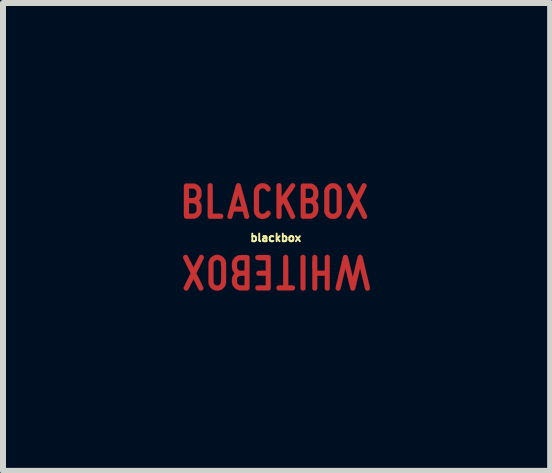
<source format=kicad_pcb>
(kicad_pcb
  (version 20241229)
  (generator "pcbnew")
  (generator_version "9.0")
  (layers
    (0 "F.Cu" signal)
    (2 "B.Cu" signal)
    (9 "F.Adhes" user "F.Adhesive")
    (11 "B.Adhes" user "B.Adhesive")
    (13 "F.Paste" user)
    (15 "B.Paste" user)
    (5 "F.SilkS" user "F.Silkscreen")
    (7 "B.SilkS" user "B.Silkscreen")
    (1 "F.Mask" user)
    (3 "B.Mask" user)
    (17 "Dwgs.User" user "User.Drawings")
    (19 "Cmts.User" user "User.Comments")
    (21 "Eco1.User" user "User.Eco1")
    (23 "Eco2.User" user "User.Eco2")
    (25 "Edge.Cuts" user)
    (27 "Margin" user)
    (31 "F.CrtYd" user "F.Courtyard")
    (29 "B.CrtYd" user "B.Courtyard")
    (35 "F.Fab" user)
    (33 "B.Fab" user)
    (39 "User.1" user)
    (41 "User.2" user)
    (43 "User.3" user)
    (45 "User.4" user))
  (footprint "blackbox"
    (layer "F.Cu")
    (at 1.543 0.911)
    (property "Reference" "blackbox" (at 0 0 0) (layer "F.SilkS") (effects (font (size 0.127 0.127) (thickness 0.032))))
    (attr through_hole)
    (fp_poly (pts (xy 0.495 0.752) (xy 0.495 0.767) (xy 0.495 0.782) (xy 0.495 0.795) (xy 0.495 0.805) (xy 0.495 0.815) (xy 0.495 0.823) (xy 0.495 0.831) (xy 0.495 0.838) (xy 0.495 0.843) (xy 0.495 0.846) (xy 0.493 0.851) (xy 0.493 0.853) (xy 0.493 0.856) (xy 0.493 0.859) (xy 0.49 0.859) (xy 0.49 0.861) (xy 0.488 0.864) (xy 0.48 0.871) (xy 0.472 0.876) (xy 0.462 0.879) (xy 0.452 0.879) (xy 0.447 0.879) (xy 0.437 0.876) (xy 0.429 0.871) (xy 0.422 0.864) (xy 0.417 0.856) (xy 0.414 0.848) (xy 0.414 0.582) (xy 0.414 0.315) (xy 0.417 0.31) (xy 0.419 0.302) (xy 0.427 0.297) (xy 0.432 0.292) (xy 0.439 0.287) (xy 0.447 0.284) (xy 0.457 0.284) (xy 0.465 0.287) (xy 0.47 0.287) (xy 0.475 0.29) (xy 0.483 0.295) (xy 0.488 0.302) (xy 0.493 0.307) (xy 0.493 0.31) (xy 0.495 0.315) (xy 0.495 0.579) (xy 0.495 0.61) (xy 0.495 0.64) (xy 0.495 0.665) (xy 0.495 0.691) (xy 0.495 0.714) (xy 0.495 0.734) (xy 0.495 0.752)) (stroke (width 0.003) (type solid)) (fill yes) (layer "F.Cu"))
    (fp_poly (pts (xy -0.876 -0.361) (xy -0.876 -0.353) (xy -0.876 -0.345) (xy -0.881 -0.335) (xy -0.886 -0.328) (xy -0.897 -0.323) (xy -0.904 -0.318) (xy -0.907 -0.318) (xy -0.912 -0.318) (xy -0.919 -0.318) (xy -0.93 -0.318) (xy -0.94 -0.318) (xy -0.953 -0.318) (xy -0.965 -0.318) (xy -0.978 -0.318) (xy -0.993 -0.318) (xy -1.006 -0.318) (xy -1.021 -0.318) (xy -1.036 -0.318) (xy -1.049 -0.318) (xy -1.062 -0.318) (xy -1.074 -0.318) (xy -1.085 -0.318) (xy -1.092 -0.318) (xy -1.1 -0.318) (xy -1.102 -0.318) (xy -1.105 -0.32) (xy -1.11 -0.32) (xy -1.115 -0.325) (xy -1.12 -0.33) (xy -1.123 -0.333) (xy -1.125 -0.333) (xy -1.125 -0.335) (xy -1.128 -0.335) (xy -1.128 -0.338) (xy -1.128 -0.34) (xy -1.13 -0.343) (xy -1.13 -0.345) (xy -1.13 -0.348) (xy -1.13 -0.353) (xy -1.13 -0.358) (xy -1.13 -0.366) (xy -1.133 -0.373) (xy -1.133 -0.384) (xy -1.133 -0.394) (xy -1.133 -0.406) (xy -1.133 -0.419) (xy -1.133 -0.437) (xy -1.133 -0.452) (xy -1.133 -0.472) (xy -1.133 -0.493) (xy -1.133 -0.518) (xy -1.133 -0.544) (xy -1.133 -0.572) (xy -1.133 -0.602) (xy -1.133 -0.615) (xy -1.133 -0.881) (xy -1.128 -0.886) (xy -1.123 -0.897) (xy -1.115 -0.902) (xy -1.107 -0.907) (xy -1.102 -0.907) (xy -1.1 -0.909) (xy -1.095 -0.909) (xy -1.09 -0.909) (xy -1.079 -0.907) (xy -1.069 -0.904) (xy -1.062 -0.897) (xy -1.057 -0.889) (xy -1.054 -0.886) (xy -1.052 -0.881) (xy -1.049 -0.64) (xy -1.049 -0.401) (xy -0.978 -0.401) (xy -0.96 -0.401) (xy -0.947 -0.401) (xy -0.937 -0.401) (xy -0.927 -0.399) (xy -0.919 -0.399) (xy -0.914 -0.399) (xy -0.909 -0.399) (xy -0.907 -0.399) (xy -0.904 -0.399) (xy -0.902 -0.399) (xy -0.899 -0.399) (xy -0.899 -0.396) (xy -0.892 -0.394) (xy -0.884 -0.386) (xy -0.879 -0.378) (xy -0.879 -0.376) (xy -0.876 -0.368) (xy -0.876 -0.361)) (stroke (width 0.003) (type solid)) (fill yes) (layer "F.Cu"))
    (fp_poly (pts (xy 0.32 0.833) (xy 0.32 0.841) (xy 0.32 0.846) (xy 0.318 0.848) (xy 0.318 0.853) (xy 0.31 0.861) (xy 0.302 0.869) (xy 0.295 0.874) (xy 0.292 0.874) (xy 0.29 0.874) (xy 0.287 0.876) (xy 0.284 0.876) (xy 0.282 0.876) (xy 0.277 0.876) (xy 0.269 0.876) (xy 0.262 0.876) (xy 0.254 0.876) (xy 0.241 0.876) (xy 0.229 0.876) (xy 0.216 0.876) (xy 0.198 0.876) (xy 0.178 0.876) (xy 0.168 0.876) (xy 0.145 0.876) (xy 0.127 0.876) (xy 0.109 0.876) (xy 0.094 0.876) (xy 0.081 0.876) (xy 0.071 0.876) (xy 0.064 0.876) (xy 0.056 0.876) (xy 0.051 0.876) (xy 0.046 0.876) (xy 0.043 0.876) (xy 0.041 0.876) (xy 0.033 0.871) (xy 0.028 0.869) (xy 0.023 0.864) (xy 0.02 0.861) (xy 0.015 0.853) (xy 0.013 0.846) (xy 0.01 0.836) (xy 0.013 0.826) (xy 0.015 0.815) (xy 0.02 0.808) (xy 0.025 0.803) (xy 0.028 0.8) (xy 0.03 0.798) (xy 0.033 0.798) (xy 0.038 0.795) (xy 0.041 0.795) (xy 0.046 0.792) (xy 0.053 0.792) (xy 0.064 0.792) (xy 0.074 0.792) (xy 0.084 0.792) (xy 0.124 0.792) (xy 0.124 0.554) (xy 0.124 0.315) (xy 0.127 0.31) (xy 0.132 0.302) (xy 0.137 0.297) (xy 0.142 0.292) (xy 0.15 0.287) (xy 0.152 0.287) (xy 0.16 0.284) (xy 0.168 0.284) (xy 0.175 0.287) (xy 0.18 0.287) (xy 0.188 0.29) (xy 0.193 0.295) (xy 0.198 0.302) (xy 0.203 0.307) (xy 0.206 0.315) (xy 0.208 0.554) (xy 0.208 0.792) (xy 0.249 0.792) (xy 0.262 0.792) (xy 0.272 0.792) (xy 0.279 0.795) (xy 0.287 0.795) (xy 0.292 0.795) (xy 0.297 0.795) (xy 0.3 0.798) (xy 0.302 0.798) (xy 0.305 0.8) (xy 0.307 0.803) (xy 0.307 0.805) (xy 0.315 0.81) (xy 0.318 0.818) (xy 0.32 0.826) (xy 0.32 0.833)) (stroke (width 0.003) (type solid)) (fill yes) (layer "F.Cu"))
    (fp_poly (pts (xy 0.899 0.848) (xy 0.897 0.856) (xy 0.894 0.861) (xy 0.889 0.869) (xy 0.881 0.874) (xy 0.879 0.876) (xy 0.869 0.879) (xy 0.859 0.879) (xy 0.851 0.879) (xy 0.841 0.876) (xy 0.833 0.871) (xy 0.826 0.864) (xy 0.82 0.856) (xy 0.818 0.848) (xy 0.818 0.742) (xy 0.818 0.632) (xy 0.754 0.632) (xy 0.691 0.632) (xy 0.691 0.742) (xy 0.691 0.848) (xy 0.688 0.856) (xy 0.683 0.861) (xy 0.678 0.869) (xy 0.673 0.874) (xy 0.665 0.876) (xy 0.658 0.879) (xy 0.65 0.879) (xy 0.643 0.879) (xy 0.632 0.876) (xy 0.625 0.871) (xy 0.617 0.864) (xy 0.612 0.856) (xy 0.61 0.848) (xy 0.61 0.584) (xy 0.61 0.554) (xy 0.61 0.523) (xy 0.607 0.498) (xy 0.607 0.472) (xy 0.607 0.45) (xy 0.607 0.429) (xy 0.607 0.411) (xy 0.607 0.396) (xy 0.61 0.381) (xy 0.61 0.368) (xy 0.61 0.356) (xy 0.61 0.348) (xy 0.61 0.338) (xy 0.61 0.33) (xy 0.61 0.325) (xy 0.61 0.32) (xy 0.61 0.315) (xy 0.612 0.312) (xy 0.612 0.31) (xy 0.612 0.307) (xy 0.612 0.305) (xy 0.615 0.305) (xy 0.615 0.302) (xy 0.617 0.3) (xy 0.62 0.297) (xy 0.627 0.292) (xy 0.635 0.287) (xy 0.643 0.284) (xy 0.65 0.284) (xy 0.66 0.287) (xy 0.668 0.29) (xy 0.676 0.295) (xy 0.683 0.302) (xy 0.688 0.31) (xy 0.691 0.318) (xy 0.691 0.323) (xy 0.691 0.328) (xy 0.691 0.335) (xy 0.691 0.348) (xy 0.691 0.361) (xy 0.691 0.376) (xy 0.691 0.396) (xy 0.691 0.417) (xy 0.691 0.437) (xy 0.691 0.549) (xy 0.754 0.549) (xy 0.818 0.549) (xy 0.818 0.432) (xy 0.818 0.315) (xy 0.82 0.307) (xy 0.826 0.302) (xy 0.831 0.295) (xy 0.838 0.29) (xy 0.843 0.287) (xy 0.853 0.284) (xy 0.861 0.284) (xy 0.869 0.287) (xy 0.874 0.287) (xy 0.879 0.29) (xy 0.886 0.295) (xy 0.892 0.302) (xy 0.897 0.307) (xy 0.897 0.31) (xy 0.899 0.315) (xy 0.899 0.582) (xy 0.899 0.848)) (stroke (width 0.003) (type solid)) (fill yes) (layer "F.Cu"))
    (fp_poly (pts (xy -0.084 0.846) (xy -0.086 0.853) (xy -0.091 0.861) (xy -0.099 0.869) (xy -0.107 0.874) (xy -0.114 0.876) (xy -0.208 0.876) (xy -0.229 0.876) (xy -0.246 0.876) (xy -0.259 0.876) (xy -0.272 0.876) (xy -0.282 0.876) (xy -0.292 0.876) (xy -0.297 0.876) (xy -0.302 0.876) (xy -0.307 0.876) (xy -0.31 0.876) (xy -0.32 0.871) (xy -0.328 0.866) (xy -0.33 0.861) (xy -0.335 0.853) (xy -0.338 0.848) (xy -0.34 0.841) (xy -0.34 0.833) (xy -0.34 0.828) (xy -0.338 0.823) (xy -0.338 0.818) (xy -0.333 0.81) (xy -0.328 0.803) (xy -0.32 0.798) (xy -0.318 0.798) (xy -0.315 0.795) (xy -0.312 0.795) (xy -0.307 0.795) (xy -0.305 0.795) (xy -0.3 0.795) (xy -0.292 0.792) (xy -0.284 0.792) (xy -0.274 0.792) (xy -0.264 0.792) (xy -0.249 0.792) (xy -0.239 0.792) (xy -0.165 0.792) (xy -0.165 0.714) (xy -0.165 0.632) (xy -0.226 0.632) (xy -0.241 0.632) (xy -0.254 0.632) (xy -0.267 0.632) (xy -0.277 0.632) (xy -0.284 0.632) (xy -0.29 0.632) (xy -0.292 0.632) (xy -0.3 0.63) (xy -0.307 0.622) (xy -0.315 0.617) (xy -0.32 0.61) (xy -0.323 0.599) (xy -0.323 0.589) (xy -0.323 0.579) (xy -0.32 0.574) (xy -0.315 0.566) (xy -0.31 0.561) (xy -0.305 0.556) (xy -0.3 0.554) (xy -0.3 0.551) (xy -0.297 0.551) (xy -0.295 0.551) (xy -0.29 0.551) (xy -0.287 0.551) (xy -0.282 0.551) (xy -0.274 0.551) (xy -0.264 0.551) (xy -0.254 0.549) (xy -0.241 0.549) (xy -0.231 0.549) (xy -0.165 0.549) (xy -0.165 0.46) (xy -0.165 0.373) (xy -0.236 0.373) (xy -0.251 0.373) (xy -0.267 0.373) (xy -0.277 0.371) (xy -0.287 0.371) (xy -0.295 0.371) (xy -0.3 0.371) (xy -0.305 0.371) (xy -0.31 0.371) (xy -0.312 0.371) (xy -0.315 0.368) (xy -0.318 0.368) (xy -0.32 0.366) (xy -0.323 0.366) (xy -0.323 0.363) (xy -0.33 0.358) (xy -0.335 0.351) (xy -0.338 0.34) (xy -0.34 0.33) (xy -0.34 0.32) (xy -0.338 0.312) (xy -0.333 0.305) (xy -0.328 0.3) (xy -0.323 0.295) (xy -0.315 0.292) (xy -0.315 0.29) (xy -0.312 0.29) (xy -0.31 0.29) (xy -0.307 0.29) (xy -0.305 0.29) (xy -0.3 0.29) (xy -0.295 0.29) (xy -0.287 0.287) (xy -0.279 0.287) (xy -0.269 0.287) (xy -0.257 0.287) (xy -0.244 0.287) (xy -0.226 0.287) (xy -0.211 0.287) (xy -0.114 0.287) (xy -0.107 0.292) (xy -0.097 0.297) (xy -0.091 0.305) (xy -0.086 0.312) (xy -0.084 0.318) (xy -0.084 0.582) (xy -0.084 0.846)) (stroke (width 0.003) (type solid)) (fill yes) (layer "F.Cu"))
    (fp_poly (pts (xy 1.1 -0.546) (xy 1.1 -0.526) (xy 1.1 -0.505) (xy 1.1 -0.49) (xy 1.1 -0.478) (xy 1.1 -0.465) (xy 1.1 -0.457) (xy 1.1 -0.45) (xy 1.1 -0.447) (xy 1.095 -0.427) (xy 1.09 -0.409) (xy 1.082 -0.391) (xy 1.072 -0.376) (xy 1.059 -0.361) (xy 1.057 -0.356) (xy 1.041 -0.343) (xy 1.026 -0.333) (xy 1.016 -0.328) (xy 1.016 -0.447) (xy 1.016 -0.612) (xy 1.016 -0.777) (xy 1.013 -0.785) (xy 1.006 -0.795) (xy 0.998 -0.805) (xy 0.991 -0.813) (xy 0.98 -0.818) (xy 0.97 -0.823) (xy 0.958 -0.826) (xy 0.947 -0.826) (xy 0.935 -0.823) (xy 0.925 -0.818) (xy 0.914 -0.81) (xy 0.909 -0.808) (xy 0.902 -0.798) (xy 0.897 -0.79) (xy 0.894 -0.78) (xy 0.892 -0.772) (xy 0.892 -0.77) (xy 0.892 -0.765) (xy 0.892 -0.757) (xy 0.892 -0.747) (xy 0.892 -0.734) (xy 0.892 -0.719) (xy 0.892 -0.701) (xy 0.892 -0.681) (xy 0.892 -0.658) (xy 0.892 -0.632) (xy 0.892 -0.607) (xy 0.892 -0.447) (xy 0.894 -0.439) (xy 0.899 -0.429) (xy 0.907 -0.419) (xy 0.917 -0.409) (xy 0.925 -0.404) (xy 0.935 -0.401) (xy 0.947 -0.399) (xy 0.958 -0.399) (xy 0.968 -0.399) (xy 0.973 -0.401) (xy 0.983 -0.406) (xy 0.993 -0.411) (xy 1.003 -0.422) (xy 1.008 -0.432) (xy 1.013 -0.439) (xy 1.016 -0.447) (xy 1.016 -0.328) (xy 1.008 -0.323) (xy 0.991 -0.318) (xy 0.978 -0.315) (xy 0.973 -0.315) (xy 0.968 -0.315) (xy 0.96 -0.315) (xy 0.953 -0.315) (xy 0.945 -0.315) (xy 0.937 -0.315) (xy 0.932 -0.315) (xy 0.912 -0.32) (xy 0.894 -0.325) (xy 0.876 -0.335) (xy 0.861 -0.345) (xy 0.848 -0.358) (xy 0.836 -0.373) (xy 0.826 -0.389) (xy 0.818 -0.406) (xy 0.81 -0.424) (xy 0.808 -0.437) (xy 0.808 -0.612) (xy 0.808 -0.787) (xy 0.813 -0.8) (xy 0.818 -0.818) (xy 0.828 -0.836) (xy 0.838 -0.853) (xy 0.851 -0.866) (xy 0.866 -0.879) (xy 0.881 -0.889) (xy 0.897 -0.899) (xy 0.917 -0.904) (xy 0.927 -0.907) (xy 0.937 -0.909) (xy 0.95 -0.909) (xy 0.963 -0.909) (xy 0.975 -0.907) (xy 0.983 -0.907) (xy 1.003 -0.902) (xy 1.021 -0.894) (xy 1.036 -0.884) (xy 1.052 -0.871) (xy 1.057 -0.866) (xy 1.069 -0.853) (xy 1.079 -0.838) (xy 1.087 -0.823) (xy 1.095 -0.805) (xy 1.097 -0.792) (xy 1.097 -0.79) (xy 1.097 -0.787) (xy 1.097 -0.785) (xy 1.097 -0.782) (xy 1.1 -0.78) (xy 1.1 -0.775) (xy 1.1 -0.77) (xy 1.1 -0.765) (xy 1.1 -0.757) (xy 1.1 -0.747) (xy 1.1 -0.737) (xy 1.1 -0.724) (xy 1.1 -0.711) (xy 1.1 -0.693) (xy 1.1 -0.676) (xy 1.1 -0.655) (xy 1.1 -0.632) (xy 1.1 -0.622) (xy 1.1 -0.594) (xy 1.1 -0.569) (xy 1.1 -0.546)) (stroke (width 0.003) (type solid)) (fill yes) (layer "F.Cu"))
    (fp_poly (pts (xy -0.086 -0.409) (xy -0.086 -0.401) (xy -0.086 -0.399) (xy -0.089 -0.394) (xy -0.089 -0.391) (xy -0.091 -0.389) (xy -0.102 -0.371) (xy -0.114 -0.356) (xy -0.13 -0.343) (xy -0.145 -0.333) (xy -0.152 -0.33) (xy -0.17 -0.323) (xy -0.188 -0.318) (xy -0.206 -0.315) (xy -0.226 -0.312) (xy -0.231 -0.315) (xy -0.251 -0.318) (xy -0.269 -0.323) (xy -0.287 -0.33) (xy -0.302 -0.34) (xy -0.318 -0.353) (xy -0.323 -0.358) (xy -0.335 -0.373) (xy -0.345 -0.386) (xy -0.353 -0.401) (xy -0.358 -0.419) (xy -0.361 -0.429) (xy -0.361 -0.432) (xy -0.363 -0.434) (xy -0.363 -0.437) (xy -0.363 -0.439) (xy -0.363 -0.445) (xy -0.363 -0.447) (xy -0.363 -0.452) (xy -0.363 -0.46) (xy -0.363 -0.465) (xy -0.363 -0.475) (xy -0.363 -0.485) (xy -0.363 -0.498) (xy -0.363 -0.511) (xy -0.363 -0.526) (xy -0.363 -0.544) (xy -0.363 -0.564) (xy -0.363 -0.587) (xy -0.363 -0.602) (xy -0.363 -0.63) (xy -0.363 -0.655) (xy -0.363 -0.678) (xy -0.363 -0.699) (xy -0.363 -0.716) (xy -0.363 -0.732) (xy -0.363 -0.747) (xy -0.363 -0.757) (xy -0.363 -0.765) (xy -0.363 -0.772) (xy -0.363 -0.775) (xy -0.363 -0.777) (xy -0.361 -0.795) (xy -0.356 -0.815) (xy -0.345 -0.833) (xy -0.335 -0.848) (xy -0.325 -0.864) (xy -0.31 -0.876) (xy -0.295 -0.886) (xy -0.282 -0.894) (xy -0.264 -0.902) (xy -0.246 -0.907) (xy -0.229 -0.909) (xy -0.216 -0.909) (xy -0.198 -0.907) (xy -0.18 -0.904) (xy -0.163 -0.899) (xy -0.152 -0.894) (xy -0.137 -0.884) (xy -0.124 -0.874) (xy -0.109 -0.861) (xy -0.099 -0.846) (xy -0.091 -0.833) (xy -0.089 -0.831) (xy -0.086 -0.826) (xy -0.086 -0.823) (xy -0.086 -0.818) (xy -0.086 -0.815) (xy -0.086 -0.808) (xy -0.086 -0.805) (xy -0.086 -0.8) (xy -0.089 -0.798) (xy -0.091 -0.795) (xy -0.097 -0.785) (xy -0.104 -0.777) (xy -0.109 -0.775) (xy -0.114 -0.775) (xy -0.119 -0.772) (xy -0.127 -0.772) (xy -0.135 -0.772) (xy -0.145 -0.775) (xy -0.152 -0.78) (xy -0.157 -0.787) (xy -0.165 -0.795) (xy -0.173 -0.805) (xy -0.183 -0.813) (xy -0.193 -0.82) (xy -0.206 -0.823) (xy -0.218 -0.826) (xy -0.229 -0.823) (xy -0.231 -0.823) (xy -0.244 -0.818) (xy -0.254 -0.813) (xy -0.264 -0.803) (xy -0.272 -0.792) (xy -0.274 -0.787) (xy -0.279 -0.777) (xy -0.279 -0.615) (xy -0.279 -0.589) (xy -0.279 -0.569) (xy -0.279 -0.549) (xy -0.279 -0.531) (xy -0.279 -0.518) (xy -0.279 -0.503) (xy -0.279 -0.493) (xy -0.279 -0.483) (xy -0.279 -0.475) (xy -0.279 -0.467) (xy -0.279 -0.462) (xy -0.279 -0.457) (xy -0.279 -0.455) (xy -0.279 -0.452) (xy -0.279 -0.45) (xy -0.279 -0.447) (xy -0.279 -0.445) (xy -0.279 -0.442) (xy -0.274 -0.434) (xy -0.269 -0.424) (xy -0.264 -0.417) (xy -0.259 -0.414) (xy -0.254 -0.409) (xy -0.249 -0.406) (xy -0.244 -0.404) (xy -0.239 -0.401) (xy -0.234 -0.399) (xy -0.229 -0.399) (xy -0.221 -0.399) (xy -0.216 -0.399) (xy -0.208 -0.399) (xy -0.203 -0.399) (xy -0.193 -0.404) (xy -0.18 -0.411) (xy -0.17 -0.419) (xy -0.165 -0.427) (xy -0.157 -0.437) (xy -0.15 -0.442) (xy -0.142 -0.447) (xy -0.132 -0.45) (xy -0.127 -0.45) (xy -0.117 -0.45) (xy -0.109 -0.447) (xy -0.104 -0.442) (xy -0.099 -0.439) (xy -0.091 -0.432) (xy -0.089 -0.422) (xy -0.086 -0.414) (xy -0.086 -0.409)) (stroke (width 0.003) (type solid)) (fill yes) (layer "F.Cu"))
    (fp_poly (pts (xy 1.521 -0.366) (xy 1.521 -0.356) (xy 1.521 -0.345) (xy 1.519 -0.338) (xy 1.514 -0.33) (xy 1.509 -0.325) (xy 1.501 -0.32) (xy 1.494 -0.315) (xy 1.483 -0.312) (xy 1.481 -0.312) (xy 1.471 -0.315) (xy 1.463 -0.318) (xy 1.453 -0.325) (xy 1.45 -0.325) (xy 1.45 -0.328) (xy 1.448 -0.328) (xy 1.448 -0.33) (xy 1.445 -0.333) (xy 1.443 -0.338) (xy 1.44 -0.34) (xy 1.438 -0.348) (xy 1.435 -0.353) (xy 1.43 -0.361) (xy 1.425 -0.371) (xy 1.42 -0.384) (xy 1.415 -0.396) (xy 1.407 -0.411) (xy 1.397 -0.429) (xy 1.389 -0.442) (xy 1.384 -0.457) (xy 1.377 -0.47) (xy 1.372 -0.483) (xy 1.364 -0.495) (xy 1.359 -0.503) (xy 1.356 -0.511) (xy 1.354 -0.518) (xy 1.351 -0.523) (xy 1.349 -0.523) (xy 1.346 -0.521) (xy 1.344 -0.513) (xy 1.341 -0.508) (xy 1.336 -0.498) (xy 1.331 -0.488) (xy 1.323 -0.475) (xy 1.318 -0.462) (xy 1.311 -0.45) (xy 1.303 -0.434) (xy 1.3 -0.429) (xy 1.295 -0.414) (xy 1.288 -0.399) (xy 1.28 -0.386) (xy 1.275 -0.373) (xy 1.267 -0.363) (xy 1.262 -0.353) (xy 1.26 -0.343) (xy 1.255 -0.338) (xy 1.252 -0.333) (xy 1.252 -0.33) (xy 1.245 -0.323) (xy 1.237 -0.318) (xy 1.227 -0.315) (xy 1.219 -0.312) (xy 1.209 -0.315) (xy 1.201 -0.318) (xy 1.194 -0.323) (xy 1.186 -0.33) (xy 1.181 -0.338) (xy 1.179 -0.345) (xy 1.176 -0.356) (xy 1.179 -0.363) (xy 1.179 -0.366) (xy 1.181 -0.368) (xy 1.184 -0.376) (xy 1.186 -0.384) (xy 1.191 -0.394) (xy 1.199 -0.406) (xy 1.204 -0.419) (xy 1.212 -0.434) (xy 1.219 -0.452) (xy 1.227 -0.467) (xy 1.237 -0.485) (xy 1.24 -0.495) (xy 1.303 -0.62) (xy 1.245 -0.737) (xy 1.186 -0.856) (xy 1.186 -0.866) (xy 1.186 -0.874) (xy 1.186 -0.876) (xy 1.189 -0.881) (xy 1.189 -0.884) (xy 1.196 -0.894) (xy 1.204 -0.902) (xy 1.212 -0.907) (xy 1.214 -0.907) (xy 1.219 -0.909) (xy 1.222 -0.909) (xy 1.229 -0.909) (xy 1.24 -0.907) (xy 1.25 -0.904) (xy 1.257 -0.897) (xy 1.26 -0.894) (xy 1.262 -0.889) (xy 1.265 -0.884) (xy 1.27 -0.876) (xy 1.275 -0.866) (xy 1.28 -0.856) (xy 1.285 -0.843) (xy 1.293 -0.828) (xy 1.3 -0.815) (xy 1.306 -0.803) (xy 1.349 -0.714) (xy 1.382 -0.777) (xy 1.387 -0.79) (xy 1.394 -0.803) (xy 1.4 -0.815) (xy 1.407 -0.828) (xy 1.412 -0.841) (xy 1.417 -0.851) (xy 1.42 -0.859) (xy 1.425 -0.866) (xy 1.43 -0.876) (xy 1.435 -0.884) (xy 1.438 -0.892) (xy 1.443 -0.897) (xy 1.445 -0.899) (xy 1.45 -0.904) (xy 1.455 -0.904) (xy 1.455 -0.907) (xy 1.466 -0.909) (xy 1.478 -0.909) (xy 1.486 -0.907) (xy 1.496 -0.902) (xy 1.501 -0.897) (xy 1.506 -0.889) (xy 1.511 -0.881) (xy 1.514 -0.871) (xy 1.514 -0.864) (xy 1.511 -0.853) (xy 1.455 -0.737) (xy 1.445 -0.721) (xy 1.438 -0.706) (xy 1.433 -0.691) (xy 1.425 -0.676) (xy 1.417 -0.663) (xy 1.412 -0.653) (xy 1.407 -0.643) (xy 1.405 -0.635) (xy 1.4 -0.627) (xy 1.4 -0.622) (xy 1.397 -0.62) (xy 1.4 -0.615) (xy 1.402 -0.61) (xy 1.405 -0.602) (xy 1.41 -0.592) (xy 1.415 -0.582) (xy 1.422 -0.569) (xy 1.427 -0.556) (xy 1.435 -0.541) (xy 1.443 -0.526) (xy 1.45 -0.508) (xy 1.46 -0.493) (xy 1.521 -0.366)) (stroke (width 0.003) (type solid)) (fill yes) (layer "F.Cu"))
    (fp_poly (pts (xy -1.196 0.33) (xy -1.199 0.338) (xy -1.201 0.343) (xy -1.201 0.345) (xy -1.204 0.348) (xy -1.206 0.356) (xy -1.209 0.363) (xy -1.214 0.373) (xy -1.222 0.384) (xy -1.227 0.396) (xy -1.234 0.411) (xy -1.242 0.427) (xy -1.25 0.442) (xy -1.257 0.457) (xy -1.262 0.47) (xy -1.323 0.592) (xy -1.265 0.706) (xy -1.257 0.721) (xy -1.25 0.739) (xy -1.242 0.754) (xy -1.234 0.767) (xy -1.229 0.78) (xy -1.224 0.792) (xy -1.219 0.803) (xy -1.214 0.81) (xy -1.212 0.818) (xy -1.209 0.823) (xy -1.206 0.826) (xy -1.206 0.836) (xy -1.206 0.846) (xy -1.206 0.851) (xy -1.212 0.859) (xy -1.217 0.866) (xy -1.224 0.874) (xy -1.232 0.879) (xy -1.242 0.879) (xy -1.252 0.879) (xy -1.26 0.879) (xy -1.27 0.874) (xy -1.275 0.869) (xy -1.278 0.866) (xy -1.28 0.864) (xy -1.283 0.861) (xy -1.285 0.856) (xy -1.288 0.851) (xy -1.29 0.846) (xy -1.293 0.838) (xy -1.298 0.831) (xy -1.303 0.818) (xy -1.311 0.808) (xy -1.316 0.792) (xy -1.326 0.775) (xy -1.333 0.759) (xy -1.339 0.747) (xy -1.346 0.734) (xy -1.351 0.724) (xy -1.356 0.714) (xy -1.361 0.704) (xy -1.364 0.696) (xy -1.367 0.691) (xy -1.369 0.688) (xy -1.369 0.686) (xy -1.372 0.688) (xy -1.372 0.691) (xy -1.374 0.696) (xy -1.379 0.704) (xy -1.384 0.714) (xy -1.389 0.724) (xy -1.394 0.734) (xy -1.4 0.747) (xy -1.407 0.759) (xy -1.415 0.775) (xy -1.422 0.792) (xy -1.43 0.808) (xy -1.438 0.82) (xy -1.443 0.833) (xy -1.448 0.841) (xy -1.453 0.851) (xy -1.455 0.856) (xy -1.458 0.861) (xy -1.46 0.864) (xy -1.463 0.866) (xy -1.463 0.869) (xy -1.471 0.874) (xy -1.478 0.879) (xy -1.488 0.879) (xy -1.496 0.881) (xy -1.499 0.879) (xy -1.509 0.876) (xy -1.516 0.871) (xy -1.524 0.864) (xy -1.529 0.856) (xy -1.532 0.846) (xy -1.534 0.838) (xy -1.534 0.831) (xy -1.532 0.828) (xy -1.529 0.82) (xy -1.527 0.813) (xy -1.521 0.805) (xy -1.516 0.792) (xy -1.509 0.777) (xy -1.501 0.762) (xy -1.499 0.757) (xy -1.491 0.744) (xy -1.483 0.726) (xy -1.476 0.711) (xy -1.468 0.696) (xy -1.46 0.678) (xy -1.453 0.665) (xy -1.445 0.65) (xy -1.443 0.643) (xy -1.417 0.592) (xy -1.478 0.465) (xy -1.542 0.338) (xy -1.542 0.328) (xy -1.542 0.32) (xy -1.542 0.315) (xy -1.539 0.312) (xy -1.539 0.31) (xy -1.539 0.307) (xy -1.534 0.302) (xy -1.529 0.295) (xy -1.521 0.29) (xy -1.516 0.287) (xy -1.514 0.287) (xy -1.504 0.284) (xy -1.494 0.284) (xy -1.486 0.287) (xy -1.476 0.292) (xy -1.471 0.297) (xy -1.471 0.3) (xy -1.468 0.3) (xy -1.468 0.302) (xy -1.466 0.305) (xy -1.463 0.31) (xy -1.46 0.312) (xy -1.458 0.32) (xy -1.453 0.325) (xy -1.45 0.335) (xy -1.445 0.345) (xy -1.44 0.356) (xy -1.433 0.371) (xy -1.425 0.386) (xy -1.417 0.401) (xy -1.41 0.414) (xy -1.402 0.429) (xy -1.397 0.442) (xy -1.389 0.455) (xy -1.384 0.465) (xy -1.379 0.475) (xy -1.377 0.483) (xy -1.372 0.49) (xy -1.372 0.493) (xy -1.369 0.495) (xy -1.367 0.49) (xy -1.364 0.485) (xy -1.359 0.478) (xy -1.356 0.467) (xy -1.351 0.457) (xy -1.344 0.447) (xy -1.339 0.432) (xy -1.331 0.419) (xy -1.323 0.404) (xy -1.321 0.399) (xy -1.313 0.381) (xy -1.303 0.363) (xy -1.298 0.351) (xy -1.29 0.338) (xy -1.285 0.328) (xy -1.283 0.32) (xy -1.278 0.312) (xy -1.275 0.307) (xy -1.273 0.302) (xy -1.27 0.297) (xy -1.267 0.295) (xy -1.265 0.292) (xy -1.262 0.292) (xy -1.26 0.29) (xy -1.257 0.29) (xy -1.255 0.287) (xy -1.245 0.284) (xy -1.237 0.284) (xy -1.227 0.287) (xy -1.219 0.29) (xy -1.212 0.295) (xy -1.204 0.302) (xy -1.201 0.31) (xy -1.199 0.32) (xy -1.196 0.33)) (stroke (width 0.003) (type solid)) (fill yes) (layer "F.Cu"))
    (fp_poly (pts (xy -0.437 0.749) (xy -0.437 0.765) (xy -0.437 0.78) (xy -0.437 0.792) (xy -0.437 0.803) (xy -0.437 0.813) (xy -0.437 0.82) (xy -0.437 0.826) (xy -0.437 0.833) (xy -0.437 0.836) (xy -0.437 0.841) (xy -0.437 0.843) (xy -0.437 0.846) (xy -0.439 0.848) (xy -0.442 0.856) (xy -0.447 0.861) (xy -0.452 0.869) (xy -0.46 0.874) (xy -0.467 0.876) (xy -0.518 0.876) (xy -0.518 0.632) (xy -0.518 0.373) (xy -0.559 0.373) (xy -0.599 0.373) (xy -0.61 0.378) (xy -0.62 0.384) (xy -0.627 0.391) (xy -0.635 0.401) (xy -0.643 0.411) (xy -0.643 0.417) (xy -0.643 0.419) (xy -0.645 0.422) (xy -0.645 0.427) (xy -0.645 0.429) (xy -0.645 0.437) (xy -0.645 0.445) (xy -0.645 0.452) (xy -0.645 0.46) (xy -0.645 0.472) (xy -0.645 0.48) (xy -0.645 0.488) (xy -0.645 0.493) (xy -0.645 0.498) (xy -0.643 0.5) (xy -0.643 0.503) (xy -0.638 0.513) (xy -0.632 0.523) (xy -0.625 0.533) (xy -0.615 0.541) (xy -0.605 0.546) (xy -0.592 0.549) (xy -0.589 0.549) (xy -0.584 0.549) (xy -0.577 0.549) (xy -0.566 0.549) (xy -0.559 0.549) (xy -0.551 0.549) (xy -0.521 0.549) (xy -0.518 0.46) (xy -0.518 0.373) (xy -0.518 0.632) (xy -0.559 0.632) (xy -0.599 0.635) (xy -0.61 0.64) (xy -0.62 0.645) (xy -0.63 0.653) (xy -0.638 0.663) (xy -0.64 0.671) (xy -0.645 0.681) (xy -0.645 0.709) (xy -0.645 0.719) (xy -0.645 0.726) (xy -0.645 0.734) (xy -0.645 0.739) (xy -0.645 0.742) (xy -0.643 0.744) (xy -0.643 0.747) (xy -0.64 0.757) (xy -0.632 0.767) (xy -0.625 0.777) (xy -0.615 0.782) (xy -0.605 0.79) (xy -0.592 0.792) (xy -0.589 0.792) (xy -0.584 0.792) (xy -0.577 0.792) (xy -0.566 0.792) (xy -0.559 0.792) (xy -0.551 0.792) (xy -0.521 0.792) (xy -0.518 0.714) (xy -0.518 0.632) (xy -0.518 0.876) (xy -0.531 0.876) (xy -0.544 0.876) (xy -0.556 0.876) (xy -0.566 0.876) (xy -0.577 0.876) (xy -0.584 0.876) (xy -0.592 0.876) (xy -0.594 0.876) (xy -0.597 0.876) (xy -0.617 0.874) (xy -0.635 0.866) (xy -0.653 0.859) (xy -0.668 0.848) (xy -0.683 0.836) (xy -0.696 0.82) (xy -0.709 0.805) (xy -0.716 0.787) (xy -0.724 0.772) (xy -0.726 0.752) (xy -0.729 0.747) (xy -0.729 0.739) (xy -0.729 0.732) (xy -0.729 0.721) (xy -0.729 0.711) (xy -0.729 0.701) (xy -0.729 0.691) (xy -0.729 0.681) (xy -0.726 0.673) (xy -0.726 0.668) (xy -0.726 0.665) (xy -0.721 0.648) (xy -0.711 0.63) (xy -0.701 0.612) (xy -0.693 0.602) (xy -0.686 0.592) (xy -0.691 0.584) (xy -0.704 0.566) (xy -0.714 0.549) (xy -0.721 0.531) (xy -0.726 0.513) (xy -0.726 0.508) (xy -0.729 0.5) (xy -0.729 0.493) (xy -0.729 0.483) (xy -0.729 0.47) (xy -0.729 0.457) (xy -0.729 0.447) (xy -0.729 0.437) (xy -0.729 0.427) (xy -0.729 0.419) (xy -0.726 0.414) (xy -0.724 0.394) (xy -0.716 0.376) (xy -0.706 0.358) (xy -0.696 0.343) (xy -0.688 0.333) (xy -0.678 0.323) (xy -0.665 0.315) (xy -0.655 0.307) (xy -0.645 0.302) (xy -0.64 0.3) (xy -0.632 0.297) (xy -0.627 0.295) (xy -0.62 0.292) (xy -0.615 0.292) (xy -0.607 0.29) (xy -0.597 0.29) (xy -0.587 0.29) (xy -0.577 0.287) (xy -0.564 0.287) (xy -0.549 0.287) (xy -0.531 0.287) (xy -0.526 0.287) (xy -0.513 0.287) (xy -0.5 0.287) (xy -0.49 0.287) (xy -0.483 0.287) (xy -0.478 0.29) (xy -0.472 0.29) (xy -0.47 0.29) (xy -0.467 0.29) (xy -0.465 0.29) (xy -0.462 0.29) (xy -0.462 0.292) (xy -0.455 0.295) (xy -0.447 0.302) (xy -0.442 0.31) (xy -0.439 0.31) (xy -0.437 0.318) (xy -0.437 0.579) (xy -0.437 0.61) (xy -0.437 0.64) (xy -0.437 0.665) (xy -0.437 0.691) (xy -0.437 0.711) (xy -0.437 0.732) (xy -0.437 0.749)) (stroke (width 0.003) (type solid)) (fill yes) (layer "F.Cu"))
    (fp_poly (pts (xy -0.828 0.528) (xy -0.828 0.551) (xy -0.828 0.577) (xy -0.828 0.589) (xy -0.828 0.757) (xy -0.831 0.77) (xy -0.838 0.787) (xy -0.846 0.805) (xy -0.859 0.823) (xy -0.869 0.836) (xy -0.884 0.848) (xy -0.899 0.861) (xy -0.909 0.866) (xy -0.909 0.643) (xy -0.909 0.625) (xy -0.909 0.602) (xy -0.909 0.584) (xy -0.909 0.559) (xy -0.909 0.533) (xy -0.909 0.513) (xy -0.909 0.493) (xy -0.909 0.475) (xy -0.912 0.46) (xy -0.912 0.447) (xy -0.912 0.437) (xy -0.912 0.429) (xy -0.912 0.424) (xy -0.912 0.422) (xy -0.914 0.409) (xy -0.919 0.399) (xy -0.927 0.389) (xy -0.937 0.381) (xy -0.947 0.376) (xy -0.958 0.371) (xy -0.97 0.368) (xy -0.978 0.368) (xy -0.991 0.371) (xy -1.003 0.376) (xy -1.013 0.384) (xy -1.021 0.391) (xy -1.029 0.401) (xy -1.034 0.411) (xy -1.034 0.414) (xy -1.034 0.417) (xy -1.034 0.419) (xy -1.036 0.419) (xy -1.036 0.422) (xy -1.036 0.424) (xy -1.036 0.429) (xy -1.036 0.434) (xy -1.036 0.439) (xy -1.036 0.447) (xy -1.036 0.455) (xy -1.036 0.465) (xy -1.036 0.478) (xy -1.036 0.49) (xy -1.036 0.505) (xy -1.036 0.523) (xy -1.036 0.541) (xy -1.036 0.564) (xy -1.036 0.587) (xy -1.036 0.749) (xy -1.031 0.759) (xy -1.024 0.77) (xy -1.016 0.78) (xy -1.006 0.787) (xy -0.996 0.792) (xy -0.983 0.795) (xy -0.975 0.795) (xy -0.963 0.795) (xy -0.955 0.792) (xy -0.942 0.787) (xy -0.932 0.78) (xy -0.925 0.772) (xy -0.919 0.762) (xy -0.917 0.759) (xy -0.917 0.757) (xy -0.914 0.757) (xy -0.914 0.754) (xy -0.914 0.752) (xy -0.912 0.749) (xy -0.912 0.744) (xy -0.912 0.742) (xy -0.912 0.737) (xy -0.912 0.729) (xy -0.912 0.721) (xy -0.912 0.714) (xy -0.909 0.704) (xy -0.909 0.691) (xy -0.909 0.678) (xy -0.909 0.66) (xy -0.909 0.643) (xy -0.909 0.866) (xy -0.917 0.869) (xy -0.935 0.874) (xy -0.953 0.879) (xy -0.973 0.881) (xy -0.988 0.879) (xy -1.006 0.876) (xy -1.021 0.871) (xy -1.036 0.866) (xy -1.052 0.859) (xy -1.057 0.856) (xy -1.062 0.851) (xy -1.069 0.843) (xy -1.079 0.836) (xy -1.085 0.828) (xy -1.092 0.82) (xy -1.095 0.818) (xy -1.102 0.8) (xy -1.113 0.782) (xy -1.118 0.765) (xy -1.12 0.752) (xy -1.12 0.747) (xy -1.12 0.742) (xy -1.12 0.734) (xy -1.12 0.724) (xy -1.12 0.709) (xy -1.12 0.693) (xy -1.12 0.676) (xy -1.12 0.655) (xy -1.12 0.63) (xy -1.12 0.605) (xy -1.12 0.582) (xy -1.12 0.556) (xy -1.12 0.536) (xy -1.12 0.516) (xy -1.12 0.498) (xy -1.12 0.48) (xy -1.12 0.467) (xy -1.12 0.455) (xy -1.12 0.445) (xy -1.12 0.437) (xy -1.12 0.427) (xy -1.12 0.422) (xy -1.118 0.417) (xy -1.118 0.411) (xy -1.118 0.406) (xy -1.118 0.404) (xy -1.118 0.399) (xy -1.115 0.396) (xy -1.115 0.394) (xy -1.115 0.391) (xy -1.107 0.373) (xy -1.1 0.356) (xy -1.09 0.34) (xy -1.077 0.328) (xy -1.062 0.315) (xy -1.046 0.305) (xy -1.031 0.297) (xy -1.031 0.295) (xy -1.021 0.292) (xy -1.013 0.29) (xy -1.006 0.287) (xy -1.001 0.287) (xy -0.991 0.287) (xy -0.983 0.284) (xy -0.973 0.284) (xy -0.965 0.284) (xy -0.958 0.284) (xy -0.953 0.287) (xy -0.947 0.287) (xy -0.945 0.287) (xy -0.94 0.29) (xy -0.937 0.29) (xy -0.917 0.295) (xy -0.902 0.305) (xy -0.884 0.315) (xy -0.871 0.328) (xy -0.859 0.343) (xy -0.846 0.358) (xy -0.838 0.376) (xy -0.836 0.384) (xy -0.833 0.389) (xy -0.833 0.391) (xy -0.833 0.394) (xy -0.831 0.396) (xy -0.831 0.399) (xy -0.831 0.404) (xy -0.831 0.406) (xy -0.828 0.411) (xy -0.828 0.417) (xy -0.828 0.424) (xy -0.828 0.432) (xy -0.828 0.439) (xy -0.828 0.452) (xy -0.828 0.462) (xy -0.828 0.478) (xy -0.828 0.493) (xy -0.828 0.511) (xy -0.828 0.528)) (stroke (width 0.003) (type solid)) (fill yes) (layer "F.Cu"))
    (fp_poly (pts (xy -0.442 -0.351) (xy -0.442 -0.345) (xy -0.445 -0.34) (xy -0.45 -0.333) (xy -0.455 -0.325) (xy -0.462 -0.32) (xy -0.467 -0.315) (xy -0.48 -0.315) (xy -0.49 -0.315) (xy -0.498 -0.318) (xy -0.508 -0.323) (xy -0.516 -0.328) (xy -0.521 -0.335) (xy -0.521 -0.34) (xy -0.523 -0.343) (xy -0.526 -0.351) (xy -0.526 -0.358) (xy -0.528 -0.363) (xy -0.528 -0.366) (xy -0.531 -0.373) (xy -0.533 -0.381) (xy -0.536 -0.391) (xy -0.538 -0.401) (xy -0.538 -0.404) (xy -0.541 -0.411) (xy -0.544 -0.419) (xy -0.546 -0.424) (xy -0.546 -0.429) (xy -0.546 -0.432) (xy -0.549 -0.437) (xy -0.572 -0.437) (xy -0.572 -0.523) (xy -0.574 -0.528) (xy -0.574 -0.533) (xy -0.577 -0.541) (xy -0.579 -0.551) (xy -0.582 -0.561) (xy -0.587 -0.574) (xy -0.589 -0.587) (xy -0.592 -0.599) (xy -0.597 -0.612) (xy -0.599 -0.625) (xy -0.605 -0.638) (xy -0.607 -0.65) (xy -0.61 -0.663) (xy -0.612 -0.673) (xy -0.617 -0.683) (xy -0.617 -0.693) (xy -0.62 -0.699) (xy -0.622 -0.704) (xy -0.622 -0.706) (xy -0.625 -0.701) (xy -0.625 -0.699) (xy -0.627 -0.691) (xy -0.63 -0.686) (xy -0.63 -0.681) (xy -0.632 -0.673) (xy -0.635 -0.665) (xy -0.638 -0.653) (xy -0.64 -0.643) (xy -0.645 -0.63) (xy -0.648 -0.617) (xy -0.65 -0.605) (xy -0.655 -0.592) (xy -0.658 -0.579) (xy -0.66 -0.569) (xy -0.663 -0.556) (xy -0.668 -0.546) (xy -0.668 -0.538) (xy -0.671 -0.531) (xy -0.673 -0.526) (xy -0.673 -0.523) (xy -0.668 -0.523) (xy -0.663 -0.521) (xy -0.655 -0.521) (xy -0.645 -0.521) (xy -0.635 -0.521) (xy -0.625 -0.521) (xy -0.622 -0.521) (xy -0.612 -0.521) (xy -0.602 -0.521) (xy -0.592 -0.521) (xy -0.584 -0.521) (xy -0.579 -0.521) (xy -0.574 -0.523) (xy -0.572 -0.523) (xy -0.572 -0.437) (xy -0.622 -0.437) (xy -0.696 -0.437) (xy -0.701 -0.427) (xy -0.701 -0.422) (xy -0.704 -0.414) (xy -0.706 -0.406) (xy -0.709 -0.399) (xy -0.711 -0.389) (xy -0.714 -0.378) (xy -0.716 -0.368) (xy -0.719 -0.361) (xy -0.721 -0.351) (xy -0.724 -0.343) (xy -0.724 -0.338) (xy -0.726 -0.335) (xy -0.732 -0.328) (xy -0.739 -0.32) (xy -0.744 -0.318) (xy -0.749 -0.315) (xy -0.757 -0.315) (xy -0.765 -0.315) (xy -0.772 -0.315) (xy -0.777 -0.315) (xy -0.785 -0.32) (xy -0.792 -0.325) (xy -0.798 -0.333) (xy -0.803 -0.343) (xy -0.803 -0.353) (xy -0.803 -0.356) (xy -0.803 -0.358) (xy -0.803 -0.361) (xy -0.803 -0.363) (xy -0.803 -0.366) (xy -0.8 -0.371) (xy -0.8 -0.376) (xy -0.798 -0.381) (xy -0.795 -0.389) (xy -0.795 -0.396) (xy -0.792 -0.406) (xy -0.787 -0.417) (xy -0.785 -0.429) (xy -0.782 -0.445) (xy -0.777 -0.46) (xy -0.772 -0.478) (xy -0.767 -0.498) (xy -0.762 -0.518) (xy -0.754 -0.541) (xy -0.747 -0.569) (xy -0.739 -0.597) (xy -0.734 -0.62) (xy -0.726 -0.648) (xy -0.719 -0.671) (xy -0.714 -0.696) (xy -0.706 -0.719) (xy -0.701 -0.742) (xy -0.693 -0.762) (xy -0.688 -0.782) (xy -0.683 -0.803) (xy -0.678 -0.818) (xy -0.676 -0.833) (xy -0.671 -0.848) (xy -0.668 -0.861) (xy -0.665 -0.869) (xy -0.663 -0.876) (xy -0.66 -0.884) (xy -0.66 -0.886) (xy -0.655 -0.892) (xy -0.65 -0.899) (xy -0.645 -0.904) (xy -0.638 -0.907) (xy -0.63 -0.909) (xy -0.622 -0.909) (xy -0.615 -0.909) (xy -0.607 -0.907) (xy -0.602 -0.904) (xy -0.594 -0.899) (xy -0.589 -0.894) (xy -0.587 -0.889) (xy -0.587 -0.886) (xy -0.584 -0.884) (xy -0.584 -0.876) (xy -0.582 -0.869) (xy -0.577 -0.856) (xy -0.574 -0.843) (xy -0.569 -0.831) (xy -0.566 -0.813) (xy -0.561 -0.795) (xy -0.556 -0.777) (xy -0.549 -0.754) (xy -0.544 -0.734) (xy -0.536 -0.711) (xy -0.531 -0.686) (xy -0.523 -0.663) (xy -0.516 -0.638) (xy -0.513 -0.625) (xy -0.505 -0.592) (xy -0.495 -0.561) (xy -0.488 -0.533) (xy -0.48 -0.505) (xy -0.475 -0.483) (xy -0.47 -0.462) (xy -0.465 -0.442) (xy -0.46 -0.424) (xy -0.455 -0.409) (xy -0.452 -0.396) (xy -0.45 -0.386) (xy -0.447 -0.376) (xy -0.445 -0.368) (xy -0.445 -0.363) (xy -0.442 -0.361) (xy -0.442 -0.358) (xy -0.442 -0.351)) (stroke (width 0.003) (type solid)) (fill yes) (layer "F.Cu"))
    (fp_poly (pts (xy 0.323 -0.351) (xy 0.32 -0.34) (xy 0.318 -0.333) (xy 0.31 -0.325) (xy 0.302 -0.32) (xy 0.292 -0.315) (xy 0.284 -0.312) (xy 0.279 -0.312) (xy 0.274 -0.315) (xy 0.267 -0.318) (xy 0.259 -0.32) (xy 0.251 -0.325) (xy 0.251 -0.328) (xy 0.249 -0.33) (xy 0.246 -0.333) (xy 0.246 -0.335) (xy 0.244 -0.34) (xy 0.241 -0.345) (xy 0.239 -0.351) (xy 0.234 -0.358) (xy 0.231 -0.366) (xy 0.226 -0.376) (xy 0.218 -0.389) (xy 0.213 -0.404) (xy 0.206 -0.419) (xy 0.196 -0.437) (xy 0.188 -0.455) (xy 0.18 -0.472) (xy 0.173 -0.488) (xy 0.165 -0.503) (xy 0.157 -0.518) (xy 0.152 -0.531) (xy 0.145 -0.544) (xy 0.142 -0.554) (xy 0.137 -0.561) (xy 0.135 -0.569) (xy 0.132 -0.574) (xy 0.13 -0.577) (xy 0.127 -0.577) (xy 0.127 -0.574) (xy 0.122 -0.569) (xy 0.119 -0.564) (xy 0.114 -0.556) (xy 0.112 -0.554) (xy 0.097 -0.531) (xy 0.097 -0.439) (xy 0.097 -0.422) (xy 0.097 -0.406) (xy 0.097 -0.391) (xy 0.097 -0.381) (xy 0.097 -0.371) (xy 0.097 -0.361) (xy 0.094 -0.356) (xy 0.094 -0.351) (xy 0.094 -0.345) (xy 0.094 -0.34) (xy 0.091 -0.338) (xy 0.091 -0.335) (xy 0.091 -0.333) (xy 0.089 -0.333) (xy 0.086 -0.33) (xy 0.086 -0.328) (xy 0.081 -0.323) (xy 0.074 -0.318) (xy 0.069 -0.315) (xy 0.064 -0.315) (xy 0.061 -0.315) (xy 0.056 -0.315) (xy 0.053 -0.315) (xy 0.046 -0.315) (xy 0.038 -0.318) (xy 0.033 -0.318) (xy 0.028 -0.323) (xy 0.025 -0.325) (xy 0.02 -0.333) (xy 0.015 -0.34) (xy 0.013 -0.351) (xy 0.013 -0.356) (xy 0.013 -0.363) (xy 0.013 -0.371) (xy 0.013 -0.384) (xy 0.013 -0.396) (xy 0.013 -0.411) (xy 0.013 -0.429) (xy 0.013 -0.45) (xy 0.013 -0.472) (xy 0.013 -0.498) (xy 0.013 -0.526) (xy 0.013 -0.556) (xy 0.013 -0.589) (xy 0.013 -0.617) (xy 0.013 -0.648) (xy 0.013 -0.676) (xy 0.013 -0.704) (xy 0.013 -0.726) (xy 0.013 -0.747) (xy 0.013 -0.767) (xy 0.013 -0.785) (xy 0.013 -0.8) (xy 0.013 -0.813) (xy 0.013 -0.826) (xy 0.013 -0.836) (xy 0.013 -0.843) (xy 0.013 -0.851) (xy 0.013 -0.859) (xy 0.013 -0.864) (xy 0.013 -0.869) (xy 0.013 -0.871) (xy 0.013 -0.876) (xy 0.015 -0.876) (xy 0.015 -0.879) (xy 0.015 -0.881) (xy 0.015 -0.884) (xy 0.018 -0.889) (xy 0.025 -0.897) (xy 0.03 -0.902) (xy 0.038 -0.907) (xy 0.041 -0.907) (xy 0.046 -0.909) (xy 0.056 -0.909) (xy 0.064 -0.907) (xy 0.071 -0.907) (xy 0.074 -0.904) (xy 0.079 -0.902) (xy 0.086 -0.894) (xy 0.091 -0.889) (xy 0.091 -0.884) (xy 0.094 -0.879) (xy 0.097 -0.777) (xy 0.097 -0.678) (xy 0.107 -0.693) (xy 0.109 -0.699) (xy 0.114 -0.704) (xy 0.119 -0.711) (xy 0.127 -0.719) (xy 0.132 -0.729) (xy 0.142 -0.742) (xy 0.15 -0.754) (xy 0.16 -0.767) (xy 0.17 -0.78) (xy 0.178 -0.795) (xy 0.183 -0.8) (xy 0.193 -0.815) (xy 0.203 -0.828) (xy 0.211 -0.841) (xy 0.218 -0.853) (xy 0.229 -0.864) (xy 0.234 -0.874) (xy 0.241 -0.881) (xy 0.244 -0.886) (xy 0.249 -0.892) (xy 0.251 -0.894) (xy 0.251 -0.897) (xy 0.257 -0.899) (xy 0.262 -0.904) (xy 0.267 -0.907) (xy 0.269 -0.907) (xy 0.274 -0.907) (xy 0.279 -0.909) (xy 0.282 -0.909) (xy 0.287 -0.907) (xy 0.292 -0.907) (xy 0.295 -0.907) (xy 0.3 -0.904) (xy 0.31 -0.899) (xy 0.318 -0.892) (xy 0.32 -0.886) (xy 0.323 -0.881) (xy 0.323 -0.874) (xy 0.323 -0.866) (xy 0.323 -0.859) (xy 0.32 -0.851) (xy 0.318 -0.848) (xy 0.315 -0.846) (xy 0.312 -0.838) (xy 0.307 -0.831) (xy 0.3 -0.823) (xy 0.295 -0.813) (xy 0.287 -0.8) (xy 0.277 -0.787) (xy 0.267 -0.775) (xy 0.259 -0.762) (xy 0.251 -0.752) (xy 0.241 -0.737) (xy 0.231 -0.724) (xy 0.224 -0.711) (xy 0.213 -0.699) (xy 0.206 -0.688) (xy 0.201 -0.678) (xy 0.196 -0.671) (xy 0.191 -0.665) (xy 0.188 -0.66) (xy 0.185 -0.658) (xy 0.185 -0.655) (xy 0.188 -0.65) (xy 0.191 -0.645) (xy 0.193 -0.638) (xy 0.198 -0.627) (xy 0.203 -0.617) (xy 0.208 -0.605) (xy 0.216 -0.592) (xy 0.224 -0.577) (xy 0.231 -0.559) (xy 0.239 -0.544) (xy 0.246 -0.526) (xy 0.251 -0.518) (xy 0.259 -0.5) (xy 0.269 -0.483) (xy 0.277 -0.465) (xy 0.284 -0.45) (xy 0.292 -0.434) (xy 0.297 -0.419) (xy 0.302 -0.406) (xy 0.307 -0.396) (xy 0.312 -0.389) (xy 0.315 -0.381) (xy 0.318 -0.376) (xy 0.32 -0.371) (xy 0.323 -0.361) (xy 0.323 -0.351)) (stroke (width 0.003) (type solid)) (fill yes) (layer "F.Cu"))
    (fp_poly (pts (xy -1.237 -0.483) (xy -1.237 -0.472) (xy -1.237 -0.462) (xy -1.237 -0.452) (xy -1.237 -0.445) (xy -1.237 -0.439) (xy -1.242 -0.422) (xy -1.25 -0.404) (xy -1.257 -0.386) (xy -1.27 -0.371) (xy -1.283 -0.358) (xy -1.295 -0.345) (xy -1.311 -0.335) (xy -1.318 -0.333) (xy -1.318 -0.737) (xy -1.318 -0.747) (xy -1.318 -0.757) (xy -1.321 -0.765) (xy -1.321 -0.77) (xy -1.323 -0.782) (xy -1.331 -0.792) (xy -1.339 -0.803) (xy -1.349 -0.81) (xy -1.359 -0.818) (xy -1.367 -0.818) (xy -1.369 -0.82) (xy -1.374 -0.82) (xy -1.379 -0.82) (xy -1.389 -0.82) (xy -1.4 -0.82) (xy -1.41 -0.82) (xy -1.445 -0.82) (xy -1.445 -0.742) (xy -1.445 -0.663) (xy -1.405 -0.663) (xy -1.367 -0.663) (xy -1.356 -0.668) (xy -1.344 -0.676) (xy -1.336 -0.683) (xy -1.328 -0.693) (xy -1.323 -0.706) (xy -1.321 -0.714) (xy -1.321 -0.719) (xy -1.318 -0.726) (xy -1.318 -0.737) (xy -1.318 -0.333) (xy -1.318 -0.498) (xy -1.318 -0.508) (xy -1.318 -0.518) (xy -1.321 -0.523) (xy -1.323 -0.536) (xy -1.328 -0.549) (xy -1.336 -0.556) (xy -1.346 -0.566) (xy -1.356 -0.572) (xy -1.367 -0.577) (xy -1.369 -0.577) (xy -1.374 -0.577) (xy -1.379 -0.577) (xy -1.389 -0.577) (xy -1.4 -0.577) (xy -1.41 -0.577) (xy -1.445 -0.577) (xy -1.445 -0.49) (xy -1.445 -0.401) (xy -1.412 -0.401) (xy -1.402 -0.401) (xy -1.394 -0.401) (xy -1.387 -0.401) (xy -1.379 -0.401) (xy -1.374 -0.401) (xy -1.372 -0.401) (xy -1.359 -0.406) (xy -1.349 -0.411) (xy -1.339 -0.419) (xy -1.331 -0.427) (xy -1.323 -0.439) (xy -1.323 -0.445) (xy -1.321 -0.447) (xy -1.321 -0.45) (xy -1.321 -0.452) (xy -1.321 -0.457) (xy -1.318 -0.462) (xy -1.318 -0.47) (xy -1.318 -0.48) (xy -1.318 -0.483) (xy -1.318 -0.498) (xy -1.318 -0.333) (xy -1.328 -0.328) (xy -1.333 -0.325) (xy -1.339 -0.323) (xy -1.341 -0.323) (xy -1.346 -0.32) (xy -1.351 -0.32) (xy -1.354 -0.32) (xy -1.359 -0.318) (xy -1.367 -0.318) (xy -1.372 -0.318) (xy -1.382 -0.318) (xy -1.389 -0.318) (xy -1.402 -0.318) (xy -1.417 -0.318) (xy -1.427 -0.318) (xy -1.443 -0.318) (xy -1.455 -0.318) (xy -1.466 -0.318) (xy -1.473 -0.318) (xy -1.481 -0.318) (xy -1.486 -0.318) (xy -1.491 -0.318) (xy -1.494 -0.318) (xy -1.496 -0.318) (xy -1.499 -0.318) (xy -1.501 -0.32) (xy -1.509 -0.323) (xy -1.516 -0.33) (xy -1.524 -0.338) (xy -1.527 -0.345) (xy -1.527 -0.348) (xy -1.527 -0.351) (xy -1.527 -0.356) (xy -1.529 -0.363) (xy -1.529 -0.371) (xy -1.529 -0.384) (xy -1.529 -0.396) (xy -1.529 -0.411) (xy -1.529 -0.427) (xy -1.529 -0.445) (xy -1.529 -0.462) (xy -1.529 -0.483) (xy -1.529 -0.505) (xy -1.529 -0.526) (xy -1.529 -0.549) (xy -1.529 -0.572) (xy -1.529 -0.594) (xy -1.529 -0.617) (xy -1.529 -0.64) (xy -1.529 -0.663) (xy -1.529 -0.686) (xy -1.529 -0.706) (xy -1.529 -0.729) (xy -1.529 -0.749) (xy -1.529 -0.77) (xy -1.529 -0.787) (xy -1.529 -0.805) (xy -1.529 -0.82) (xy -1.529 -0.833) (xy -1.529 -0.846) (xy -1.529 -0.856) (xy -1.529 -0.864) (xy -1.527 -0.871) (xy -1.527 -0.874) (xy -1.524 -0.881) (xy -1.521 -0.889) (xy -1.516 -0.894) (xy -1.511 -0.899) (xy -1.509 -0.899) (xy -1.506 -0.902) (xy -1.504 -0.902) (xy -1.501 -0.904) (xy -1.499 -0.904) (xy -1.494 -0.904) (xy -1.488 -0.904) (xy -1.483 -0.904) (xy -1.476 -0.904) (xy -1.466 -0.904) (xy -1.453 -0.904) (xy -1.44 -0.904) (xy -1.43 -0.904) (xy -1.415 -0.904) (xy -1.402 -0.904) (xy -1.392 -0.904) (xy -1.384 -0.904) (xy -1.377 -0.904) (xy -1.372 -0.904) (xy -1.367 -0.904) (xy -1.361 -0.904) (xy -1.359 -0.904) (xy -1.356 -0.904) (xy -1.354 -0.904) (xy -1.336 -0.897) (xy -1.318 -0.889) (xy -1.3 -0.881) (xy -1.285 -0.869) (xy -1.273 -0.856) (xy -1.265 -0.846) (xy -1.26 -0.838) (xy -1.255 -0.828) (xy -1.247 -0.815) (xy -1.245 -0.805) (xy -1.24 -0.795) (xy -1.24 -0.79) (xy -1.24 -0.787) (xy -1.237 -0.785) (xy -1.237 -0.78) (xy -1.237 -0.777) (xy -1.237 -0.772) (xy -1.237 -0.765) (xy -1.237 -0.754) (xy -1.237 -0.744) (xy -1.237 -0.742) (xy -1.237 -0.732) (xy -1.237 -0.721) (xy -1.237 -0.714) (xy -1.237 -0.709) (xy -1.237 -0.704) (xy -1.237 -0.701) (xy -1.24 -0.699) (xy -1.24 -0.693) (xy -1.24 -0.691) (xy -1.245 -0.676) (xy -1.252 -0.658) (xy -1.262 -0.643) (xy -1.273 -0.63) (xy -1.275 -0.627) (xy -1.28 -0.62) (xy -1.275 -0.615) (xy -1.265 -0.605) (xy -1.257 -0.589) (xy -1.25 -0.574) (xy -1.242 -0.559) (xy -1.24 -0.544) (xy -1.237 -0.538) (xy -1.237 -0.533) (xy -1.237 -0.526) (xy -1.237 -0.516) (xy -1.237 -0.505) (xy -1.237 -0.495) (xy -1.237 -0.483)) (stroke (width 0.003) (type solid)) (fill yes) (layer "F.Cu"))
    (fp_poly (pts (xy 0.709 -0.483) (xy 0.709 -0.47) (xy 0.709 -0.457) (xy 0.706 -0.445) (xy 0.706 -0.434) (xy 0.704 -0.427) (xy 0.701 -0.417) (xy 0.696 -0.409) (xy 0.693 -0.401) (xy 0.683 -0.384) (xy 0.673 -0.368) (xy 0.658 -0.353) (xy 0.643 -0.343) (xy 0.627 -0.333) (xy 0.625 -0.33) (xy 0.625 -0.485) (xy 0.625 -0.737) (xy 0.625 -0.747) (xy 0.625 -0.757) (xy 0.625 -0.765) (xy 0.625 -0.77) (xy 0.622 -0.775) (xy 0.62 -0.785) (xy 0.612 -0.798) (xy 0.605 -0.805) (xy 0.594 -0.813) (xy 0.582 -0.818) (xy 0.579 -0.818) (xy 0.577 -0.82) (xy 0.574 -0.82) (xy 0.569 -0.82) (xy 0.564 -0.82) (xy 0.559 -0.82) (xy 0.549 -0.82) (xy 0.538 -0.82) (xy 0.536 -0.82) (xy 0.498 -0.82) (xy 0.498 -0.742) (xy 0.498 -0.663) (xy 0.536 -0.663) (xy 0.549 -0.663) (xy 0.556 -0.663) (xy 0.564 -0.663) (xy 0.569 -0.663) (xy 0.574 -0.663) (xy 0.577 -0.663) (xy 0.579 -0.665) (xy 0.582 -0.665) (xy 0.592 -0.671) (xy 0.602 -0.678) (xy 0.612 -0.686) (xy 0.62 -0.696) (xy 0.622 -0.709) (xy 0.625 -0.714) (xy 0.625 -0.721) (xy 0.625 -0.729) (xy 0.625 -0.737) (xy 0.625 -0.485) (xy 0.625 -0.495) (xy 0.625 -0.505) (xy 0.625 -0.513) (xy 0.625 -0.521) (xy 0.625 -0.528) (xy 0.622 -0.531) (xy 0.62 -0.544) (xy 0.612 -0.554) (xy 0.605 -0.561) (xy 0.594 -0.569) (xy 0.582 -0.574) (xy 0.579 -0.577) (xy 0.577 -0.577) (xy 0.574 -0.577) (xy 0.569 -0.577) (xy 0.564 -0.577) (xy 0.559 -0.577) (xy 0.549 -0.577) (xy 0.538 -0.577) (xy 0.536 -0.577) (xy 0.498 -0.577) (xy 0.498 -0.49) (xy 0.498 -0.475) (xy 0.498 -0.46) (xy 0.5 -0.447) (xy 0.5 -0.434) (xy 0.5 -0.424) (xy 0.5 -0.417) (xy 0.5 -0.409) (xy 0.5 -0.404) (xy 0.5 -0.401) (xy 0.505 -0.401) (xy 0.511 -0.401) (xy 0.518 -0.401) (xy 0.526 -0.401) (xy 0.536 -0.401) (xy 0.544 -0.401) (xy 0.554 -0.401) (xy 0.561 -0.401) (xy 0.566 -0.401) (xy 0.572 -0.401) (xy 0.574 -0.401) (xy 0.587 -0.406) (xy 0.597 -0.411) (xy 0.607 -0.422) (xy 0.615 -0.429) (xy 0.62 -0.442) (xy 0.622 -0.45) (xy 0.625 -0.452) (xy 0.625 -0.46) (xy 0.625 -0.467) (xy 0.625 -0.475) (xy 0.625 -0.485) (xy 0.625 -0.33) (xy 0.607 -0.325) (xy 0.597 -0.32) (xy 0.594 -0.32) (xy 0.592 -0.32) (xy 0.589 -0.32) (xy 0.584 -0.318) (xy 0.582 -0.318) (xy 0.577 -0.318) (xy 0.569 -0.318) (xy 0.561 -0.318) (xy 0.554 -0.318) (xy 0.541 -0.318) (xy 0.528 -0.318) (xy 0.518 -0.318) (xy 0.503 -0.318) (xy 0.488 -0.318) (xy 0.478 -0.318) (xy 0.467 -0.318) (xy 0.46 -0.318) (xy 0.455 -0.318) (xy 0.45 -0.318) (xy 0.447 -0.318) (xy 0.445 -0.318) (xy 0.437 -0.323) (xy 0.429 -0.328) (xy 0.422 -0.335) (xy 0.419 -0.34) (xy 0.419 -0.343) (xy 0.419 -0.345) (xy 0.419 -0.348) (xy 0.419 -0.353) (xy 0.419 -0.356) (xy 0.417 -0.361) (xy 0.417 -0.366) (xy 0.417 -0.373) (xy 0.417 -0.384) (xy 0.417 -0.391) (xy 0.417 -0.404) (xy 0.417 -0.417) (xy 0.417 -0.432) (xy 0.417 -0.447) (xy 0.417 -0.465) (xy 0.417 -0.485) (xy 0.417 -0.508) (xy 0.417 -0.533) (xy 0.417 -0.559) (xy 0.417 -0.589) (xy 0.417 -0.61) (xy 0.417 -0.64) (xy 0.417 -0.671) (xy 0.417 -0.696) (xy 0.417 -0.721) (xy 0.417 -0.742) (xy 0.417 -0.762) (xy 0.417 -0.78) (xy 0.417 -0.798) (xy 0.417 -0.81) (xy 0.417 -0.823) (xy 0.417 -0.836) (xy 0.417 -0.846) (xy 0.417 -0.853) (xy 0.417 -0.861) (xy 0.419 -0.866) (xy 0.419 -0.871) (xy 0.419 -0.876) (xy 0.419 -0.879) (xy 0.419 -0.881) (xy 0.419 -0.884) (xy 0.422 -0.884) (xy 0.422 -0.886) (xy 0.424 -0.889) (xy 0.427 -0.892) (xy 0.432 -0.897) (xy 0.437 -0.902) (xy 0.439 -0.902) (xy 0.447 -0.904) (xy 0.513 -0.904) (xy 0.528 -0.904) (xy 0.544 -0.904) (xy 0.554 -0.904) (xy 0.564 -0.904) (xy 0.574 -0.904) (xy 0.579 -0.904) (xy 0.587 -0.904) (xy 0.592 -0.902) (xy 0.597 -0.902) (xy 0.602 -0.902) (xy 0.607 -0.899) (xy 0.612 -0.897) (xy 0.63 -0.889) (xy 0.645 -0.879) (xy 0.66 -0.866) (xy 0.673 -0.853) (xy 0.686 -0.838) (xy 0.693 -0.82) (xy 0.701 -0.803) (xy 0.706 -0.785) (xy 0.709 -0.77) (xy 0.709 -0.762) (xy 0.709 -0.749) (xy 0.709 -0.739) (xy 0.709 -0.726) (xy 0.709 -0.716) (xy 0.706 -0.706) (xy 0.706 -0.699) (xy 0.706 -0.693) (xy 0.701 -0.676) (xy 0.693 -0.658) (xy 0.683 -0.643) (xy 0.673 -0.63) (xy 0.665 -0.62) (xy 0.668 -0.615) (xy 0.678 -0.605) (xy 0.683 -0.594) (xy 0.691 -0.584) (xy 0.696 -0.574) (xy 0.699 -0.569) (xy 0.701 -0.561) (xy 0.704 -0.554) (xy 0.706 -0.549) (xy 0.706 -0.541) (xy 0.706 -0.533) (xy 0.709 -0.523) (xy 0.709 -0.513) (xy 0.709 -0.5) (xy 0.709 -0.483)) (stroke (width 0.003) (type solid)) (fill yes) (layer "F.Cu"))
    (fp_poly (pts (xy 1.57 0.841) (xy 1.567 0.851) (xy 1.562 0.861) (xy 1.557 0.869) (xy 1.549 0.874) (xy 1.542 0.879) (xy 1.534 0.879) (xy 1.527 0.881) (xy 1.519 0.879) (xy 1.511 0.879) (xy 1.506 0.874) (xy 1.501 0.871) (xy 1.499 0.869) (xy 1.496 0.866) (xy 1.494 0.864) (xy 1.494 0.861) (xy 1.491 0.856) (xy 1.488 0.853) (xy 1.488 0.846) (xy 1.486 0.838) (xy 1.483 0.831) (xy 1.481 0.82) (xy 1.478 0.805) (xy 1.473 0.792) (xy 1.471 0.775) (xy 1.466 0.757) (xy 1.46 0.734) (xy 1.455 0.711) (xy 1.448 0.683) (xy 1.44 0.655) (xy 1.435 0.625) (xy 1.425 0.592) (xy 1.417 0.556) (xy 1.415 0.541) (xy 1.412 0.533) (xy 1.41 0.526) (xy 1.407 0.518) (xy 1.407 0.513) (xy 1.405 0.511) (xy 1.405 0.513) (xy 1.402 0.518) (xy 1.4 0.526) (xy 1.4 0.533) (xy 1.397 0.538) (xy 1.394 0.549) (xy 1.392 0.559) (xy 1.389 0.569) (xy 1.387 0.582) (xy 1.384 0.597) (xy 1.379 0.612) (xy 1.377 0.625) (xy 1.374 0.635) (xy 1.369 0.653) (xy 1.367 0.671) (xy 1.361 0.691) (xy 1.356 0.711) (xy 1.351 0.729) (xy 1.346 0.749) (xy 1.344 0.767) (xy 1.339 0.782) (xy 1.336 0.795) (xy 1.333 0.808) (xy 1.331 0.82) (xy 1.328 0.831) (xy 1.326 0.841) (xy 1.323 0.848) (xy 1.321 0.853) (xy 1.321 0.856) (xy 1.318 0.861) (xy 1.313 0.866) (xy 1.308 0.871) (xy 1.303 0.876) (xy 1.298 0.876) (xy 1.295 0.879) (xy 1.29 0.879) (xy 1.285 0.879) (xy 1.278 0.879) (xy 1.27 0.879) (xy 1.262 0.876) (xy 1.257 0.871) (xy 1.255 0.869) (xy 1.252 0.866) (xy 1.25 0.864) (xy 1.247 0.859) (xy 1.245 0.853) (xy 1.242 0.846) (xy 1.24 0.836) (xy 1.24 0.831) (xy 1.237 0.826) (xy 1.237 0.818) (xy 1.234 0.808) (xy 1.232 0.798) (xy 1.227 0.785) (xy 1.224 0.77) (xy 1.219 0.754) (xy 1.217 0.737) (xy 1.212 0.719) (xy 1.206 0.701) (xy 1.204 0.681) (xy 1.201 0.673) (xy 1.194 0.65) (xy 1.189 0.627) (xy 1.186 0.607) (xy 1.181 0.592) (xy 1.179 0.577) (xy 1.173 0.564) (xy 1.171 0.551) (xy 1.168 0.541) (xy 1.166 0.533) (xy 1.166 0.528) (xy 1.163 0.521) (xy 1.163 0.518) (xy 1.163 0.513) (xy 1.161 0.513) (xy 1.161 0.511) (xy 1.161 0.508) (xy 1.161 0.511) (xy 1.158 0.511) (xy 1.158 0.516) (xy 1.156 0.521) (xy 1.156 0.528) (xy 1.153 0.538) (xy 1.151 0.549) (xy 1.148 0.556) (xy 1.146 0.566) (xy 1.143 0.577) (xy 1.14 0.589) (xy 1.138 0.605) (xy 1.133 0.622) (xy 1.13 0.638) (xy 1.125 0.655) (xy 1.12 0.673) (xy 1.118 0.691) (xy 1.115 0.699) (xy 1.11 0.716) (xy 1.107 0.732) (xy 1.102 0.747) (xy 1.1 0.762) (xy 1.095 0.777) (xy 1.092 0.79) (xy 1.09 0.803) (xy 1.087 0.813) (xy 1.085 0.82) (xy 1.085 0.826) (xy 1.082 0.833) (xy 1.079 0.841) (xy 1.077 0.848) (xy 1.077 0.853) (xy 1.074 0.859) (xy 1.072 0.866) (xy 1.064 0.871) (xy 1.059 0.876) (xy 1.057 0.876) (xy 1.049 0.879) (xy 1.041 0.881) (xy 1.036 0.881) (xy 1.029 0.879) (xy 1.019 0.876) (xy 1.011 0.869) (xy 1.003 0.861) (xy 1.001 0.856) (xy 1.001 0.853) (xy 0.998 0.853) (xy 0.998 0.851) (xy 0.998 0.848) (xy 0.998 0.846) (xy 0.998 0.843) (xy 0.998 0.841) (xy 0.998 0.838) (xy 0.998 0.833) (xy 1.001 0.828) (xy 1.001 0.82) (xy 1.003 0.815) (xy 1.003 0.805) (xy 1.006 0.795) (xy 1.008 0.785) (xy 1.011 0.772) (xy 1.016 0.757) (xy 1.019 0.742) (xy 1.024 0.724) (xy 1.029 0.704) (xy 1.034 0.683) (xy 1.039 0.658) (xy 1.044 0.632) (xy 1.052 0.605) (xy 1.059 0.572) (xy 1.067 0.544) (xy 1.072 0.521) (xy 1.077 0.495) (xy 1.085 0.472) (xy 1.09 0.45) (xy 1.095 0.427) (xy 1.1 0.409) (xy 1.102 0.389) (xy 1.107 0.373) (xy 1.113 0.358) (xy 1.115 0.343) (xy 1.118 0.333) (xy 1.12 0.323) (xy 1.123 0.315) (xy 1.123 0.31) (xy 1.125 0.307) (xy 1.125 0.305) (xy 1.13 0.3) (xy 1.135 0.292) (xy 1.143 0.29) (xy 1.146 0.287) (xy 1.148 0.287) (xy 1.153 0.284) (xy 1.158 0.284) (xy 1.161 0.284) (xy 1.166 0.284) (xy 1.171 0.287) (xy 1.173 0.287) (xy 1.179 0.287) (xy 1.179 0.29) (xy 1.186 0.292) (xy 1.191 0.3) (xy 1.196 0.305) (xy 1.199 0.307) (xy 1.199 0.31) (xy 1.201 0.315) (xy 1.201 0.32) (xy 1.204 0.33) (xy 1.206 0.338) (xy 1.209 0.351) (xy 1.212 0.361) (xy 1.212 0.363) (xy 1.214 0.373) (xy 1.217 0.386) (xy 1.222 0.399) (xy 1.224 0.417) (xy 1.229 0.432) (xy 1.232 0.45) (xy 1.237 0.467) (xy 1.242 0.485) (xy 1.245 0.503) (xy 1.247 0.503) (xy 1.25 0.521) (xy 1.255 0.536) (xy 1.257 0.551) (xy 1.262 0.566) (xy 1.265 0.582) (xy 1.267 0.594) (xy 1.27 0.607) (xy 1.273 0.615) (xy 1.275 0.622) (xy 1.275 0.625) (xy 1.278 0.632) (xy 1.278 0.643) (xy 1.28 0.648) (xy 1.283 0.653) (xy 1.283 0.655) (xy 1.285 0.65) (xy 1.285 0.645) (xy 1.288 0.638) (xy 1.29 0.625) (xy 1.293 0.615) (xy 1.298 0.599) (xy 1.3 0.582) (xy 1.306 0.564) (xy 1.311 0.546) (xy 1.316 0.523) (xy 1.321 0.503) (xy 1.326 0.478) (xy 1.331 0.455) (xy 1.339 0.429) (xy 1.344 0.401) (xy 1.349 0.386) (xy 1.351 0.371) (xy 1.356 0.358) (xy 1.359 0.345) (xy 1.361 0.335) (xy 1.364 0.325) (xy 1.367 0.318) (xy 1.367 0.312) (xy 1.369 0.307) (xy 1.374 0.3) (xy 1.382 0.292) (xy 1.384 0.29) (xy 1.389 0.287) (xy 1.392 0.287) (xy 1.397 0.284) (xy 1.4 0.284) (xy 1.405 0.284) (xy 1.412 0.284) (xy 1.417 0.287) (xy 1.42 0.287) (xy 1.422 0.287) (xy 1.422 0.29) (xy 1.433 0.295) (xy 1.438 0.302) (xy 1.443 0.307) (xy 1.443 0.312) (xy 1.445 0.315) (xy 1.445 0.323) (xy 1.448 0.33) (xy 1.45 0.34) (xy 1.455 0.353) (xy 1.458 0.368) (xy 1.46 0.384) (xy 1.466 0.401) (xy 1.471 0.422) (xy 1.476 0.445) (xy 1.483 0.47) (xy 1.488 0.498) (xy 1.496 0.526) (xy 1.504 0.559) (xy 1.506 0.574) (xy 1.514 0.605) (xy 1.521 0.632) (xy 1.527 0.658) (xy 1.534 0.681) (xy 1.539 0.704) (xy 1.542 0.721) (xy 1.547 0.739) (xy 1.549 0.754) (xy 1.554 0.77) (xy 1.557 0.78) (xy 1.56 0.792) (xy 1.562 0.8) (xy 1.562 0.808) (xy 1.565 0.815) (xy 1.565 0.82) (xy 1.567 0.826) (xy 1.567 0.831) (xy 1.567 0.833) (xy 1.567 0.836) (xy 1.57 0.838) (xy 1.57 0.841)) (stroke (width 0.003) (type solid)) (fill yes) (layer "F.Cu")))
  (gr_rect
    (start -3 -3)
    (end 6.114 4.793)
    (stroke (width 0.1) (type default))
    (fill no)
    (layer "Edge.Cuts")))
</source>
